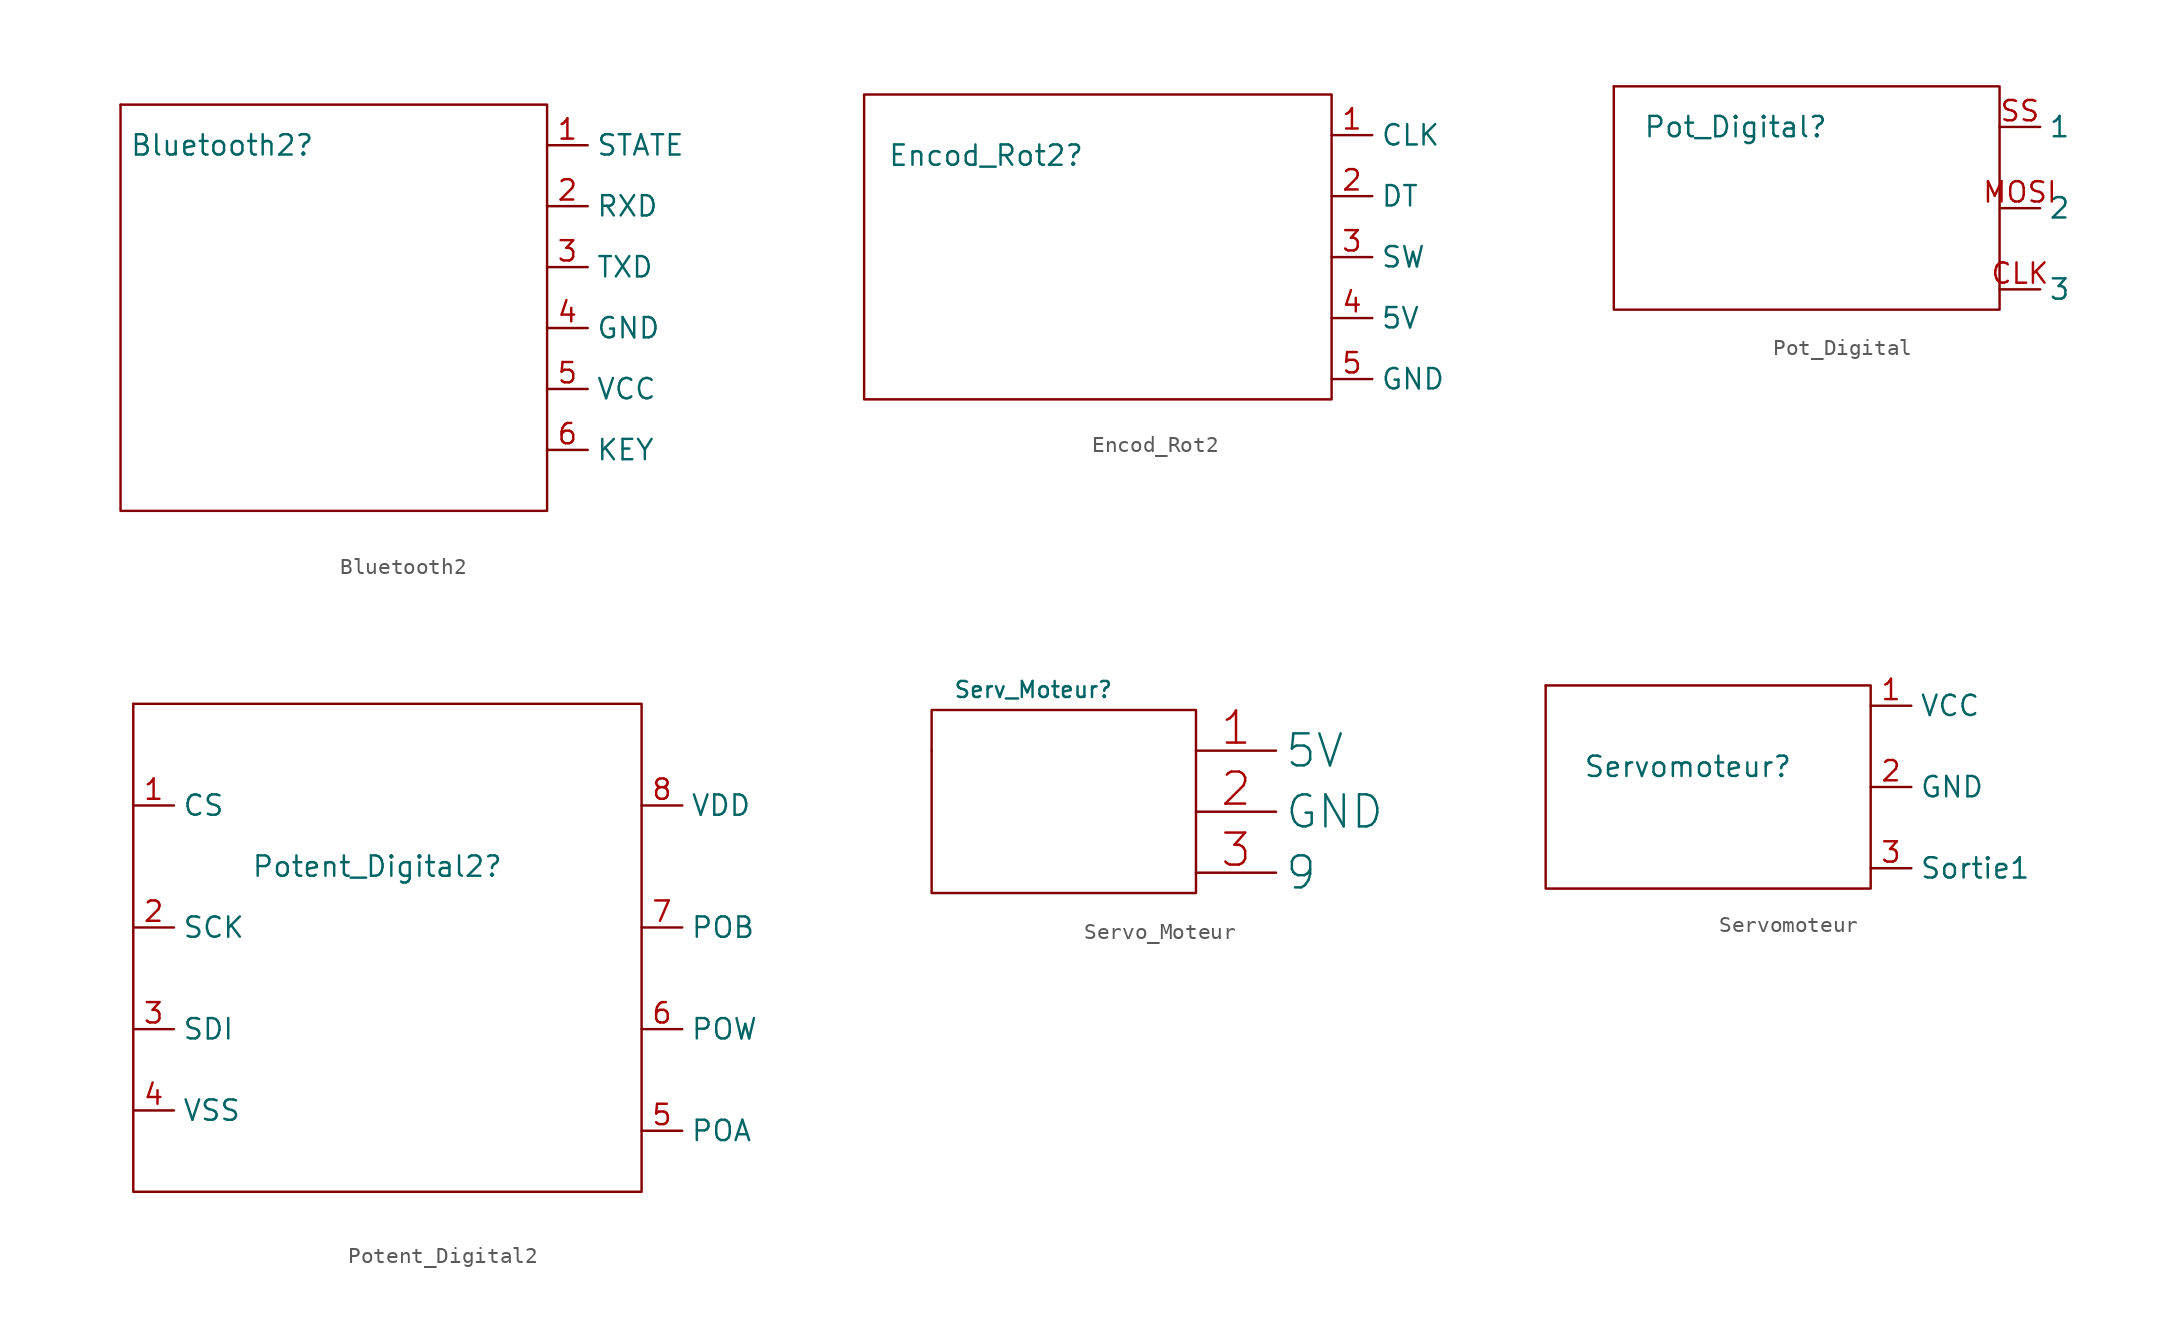
<source format=kicad_sym>
(kicad_symbol_lib
  (version 20220914)
  (generator kicad_symbol_editor)
  (symbol "Bluetooth2"
    (property "Reference" "Bluetooth2"
      (at -6.35 1.27 0)
      (effects (font (size 1.27 1.27))))
    (property "Value" ""
      (at 0 0 0)
      (effects (font (size 1.27 1.27))))
    (symbol "Bluetooth2_0_1"
      (rectangle (start -12.7 3.81) (end -12.7 3.81) (stroke (width 0) (type default)) (fill (type none)))
      (rectangle (start -12.7 3.81) (end 13.97 -21.59) (stroke (width 0) (type default)) (fill (type none))))
    (symbol "Bluetooth2_1_1"
      (pin input line (at 13.97 1.27 0) (length 2.54) (name "STATE" (effects (font (size 1.27 1.27)))) (number "1" (effects (font (size 1.27 1.27)))))
      (pin input line (at 13.97 -2.54 0) (length 2.54) (name "RXD" (effects (font (size 1.27 1.27)))) (number "2" (effects (font (size 1.27 1.27)))))
      (pin input line (at 13.97 -6.35 0) (length 2.54) (name "TXD" (effects (font (size 1.27 1.27)))) (number "3" (effects (font (size 1.27 1.27)))))
      (pin input line (at 13.97 -10.16 0) (length 2.54) (name "GND" (effects (font (size 1.27 1.27)))) (number "4" (effects (font (size 1.27 1.27)))))
      (pin input line (at 13.97 -13.97 0) (length 2.54) (name "VCC" (effects (font (size 1.27 1.27)))) (number "5" (effects (font (size 1.27 1.27)))))
      (pin input line (at 13.97 -17.78 0) (length 2.54) (name "KEY" (effects (font (size 1.27 1.27)))) (number "6" (effects (font (size 1.27 1.27)))))))
  (symbol "Encod_Rot2"
    (property "Reference" "Encod_Rot2"
      (at -8.89 2.54 0)
      (effects (font (size 1.27 1.27))))
    (property "Value" ""
      (at -8.89 2.54 0)
      (effects (font (size 1.27 1.27))))
    (symbol "Encod_Rot2_0_1"
      (rectangle (start -16.51 6.35) (end 12.7 -12.7) (stroke (width 0) (type default)) (fill (type none))))
    (symbol "Encod_Rot2_1_1"
      (pin input line (at 12.7 3.81 0) (length 2.54) (name "CLK" (effects (font (size 1.27 1.27)))) (number "1" (effects (font (size 1.27 1.27)))))
      (pin input line (at 12.7 0 0) (length 2.54) (name "DT" (effects (font (size 1.27 1.27)))) (number "2" (effects (font (size 1.27 1.27)))))
      (pin input line (at 12.7 -3.81 0) (length 2.54) (name "SW" (effects (font (size 1.27 1.27)))) (number "3" (effects (font (size 1.27 1.27)))))
      (pin input line (at 12.7 -7.62 0) (length 2.54) (name "5V" (effects (font (size 1.27 1.27)))) (number "4" (effects (font (size 1.27 1.27)))))
      (pin input line (at 12.7 -11.43 0) (length 2.54) (name "GND" (effects (font (size 1.27 1.27)))) (number "5" (effects (font (size 1.27 1.27)))))))
  (symbol "Pot_Digital"
    (property "Reference" "Pot_Digital"
      (at 0 0 0)
      (effects (font (size 1.27 1.27))))
    (property "Value" ""
      (at 0 0 0)
      (effects (font (size 1.27 1.27))))
    (symbol "Pot_Digital_0_1"
      (rectangle (start -7.62 2.54) (end -7.62 2.54) (stroke (width 0) (type default)) (fill (type none)))
      (rectangle (start -7.62 2.54) (end 16.51 -11.43) (stroke (width 0) (type default)) (fill (type none))))
    (symbol "Pot_Digital_1_1"
      (pin input line (at 16.51 -10.16 0) (length 2.54) (name "3" (effects (font (size 1.27 1.27)))) (number "CLK" (effects (font (size 1.27 1.27)))))
      (pin input line (at 16.51 -5.08 0) (length 2.54) (name "2" (effects (font (size 1.27 1.27)))) (number "MOSI" (effects (font (size 1.27 1.27)))))
      (pin input line (at 16.51 0 0) (length 2.54) (name "1" (effects (font (size 1.27 1.27)))) (number "SS" (effects (font (size 1.27 1.27)))))))
  (symbol "Potent_Digital2"
    (property "Reference" "Potent_Digital2"
      (at 0 0 0)
      (effects (font (size 1.27 1.27))))
    (property "Value" ""
      (at 0 0 0)
      (effects (font (size 1.27 1.27))))
    (symbol "Potent_Digital2_0_1"
      (rectangle (start -15.24 10.16) (end -15.24 10.16) (stroke (width 0) (type default)) (fill (type none)))
      (rectangle (start -15.24 10.16) (end 16.51 -20.32) (stroke (width 0) (type default)) (fill (type none))))
    (symbol "Potent_Digital2_1_1"
      (pin input line (at -15.24 3.81 0) (length 2.54) (name "CS" (effects (font (size 1.27 1.27)))) (number "1" (effects (font (size 1.27 1.27)))))
      (pin input line (at -15.24 -3.81 0) (length 2.54) (name "SCK" (effects (font (size 1.27 1.27)))) (number "2" (effects (font (size 1.27 1.27)))))
      (pin input line (at -15.24 -10.16 0) (length 2.54) (name "SDI" (effects (font (size 1.27 1.27)))) (number "3" (effects (font (size 1.27 1.27)))))
      (pin input line (at -15.24 -15.24 0) (length 2.54) (name "VSS" (effects (font (size 1.27 1.27)))) (number "4" (effects (font (size 1.27 1.27)))))
      (pin input line (at 16.51 -16.51 0) (length 2.54) (name "POA" (effects (font (size 1.27 1.27)))) (number "5" (effects (font (size 1.27 1.27)))))
      (pin input line (at 16.51 -10.16 0) (length 2.54) (name "POW" (effects (font (size 1.27 1.27)))) (number "6" (effects (font (size 1.27 1.27)))))
      (pin input line (at 16.51 -3.81 0) (length 2.54) (name "POB" (effects (font (size 1.27 1.27)))) (number "7" (effects (font (size 1.27 1.27)))))
      (pin input line (at 16.51 3.81 0) (length 2.54) (name "VDD" (effects (font (size 1.27 1.27)))) (number "8" (effects (font (size 1.27 1.27)))))))
  (symbol "Servo_Moteur"
    (property "Reference" "Serv_Moteur"
      (at -7.62 7.62 0)
      (effects (font (size 1 1))))
    (property "Value" ""
      (at -6.35 0 0)
      (effects (font (size 1.27 1.27))))
    (symbol "Servo_Moteur_0_1"
      (rectangle (start -13.97 3.81) (end -13.97 3.81) (stroke (width 0) (type default)) (fill (type none)))
      (rectangle (start -13.97 6.35) (end 2.54 -5.08) (stroke (width 0) (type default)) (fill (type none))))
    (symbol "Servo_Moteur_1_1"
      (pin input line (at 2.54 3.81 0) (length 5) (name "5V" (effects (font (size 2 2)))) (number "1" (effects (font (size 2 2)))))
      (pin input line (at 2.54 0 0) (length 5) (name "GND" (effects (font (size 2 2)))) (number "2" (effects (font (size 2 2)))))
      (pin input line (at 2.54 -3.81 0) (length 5) (name "9" (effects (font (size 2 2)))) (number "3" (effects (font (size 2 2)))))))
  (symbol "Servomoteur"
    (property "Reference" "Servomoteur"
      (at 0 0 0)
      (effects (font (size 1.27 1.27))))
    (property "Value" ""
      (at 0 0 0)
      (effects (font (size 1.27 1.27))))
    (symbol "Servomoteur_0_1"
      (rectangle (start -8.89 5.08) (end -8.89 5.08) (stroke (width 0) (type default)) (fill (type none)))
      (rectangle (start -8.89 5.08) (end 11.43 -7.62) (stroke (width 0) (type default)) (fill (type none))))
    (symbol "Servomoteur_1_1"
      (pin input line (at 11.43 3.81 0) (length 2.54) (name "VCC" (effects (font (size 1.27 1.27)))) (number "1" (effects (font (size 1.27 1.27)))))
      (pin input line (at 11.43 -1.27 0) (length 2.54) (name "GND" (effects (font (size 1.27 1.27)))) (number "2" (effects (font (size 1.27 1.27)))))
      (pin input line (at 11.43 -6.35 0) (length 2.54) (name "Sortie1" (effects (font (size 1.27 1.27)))) (number "3" (effects (font (size 1.27 1.27))))))))
</source>
